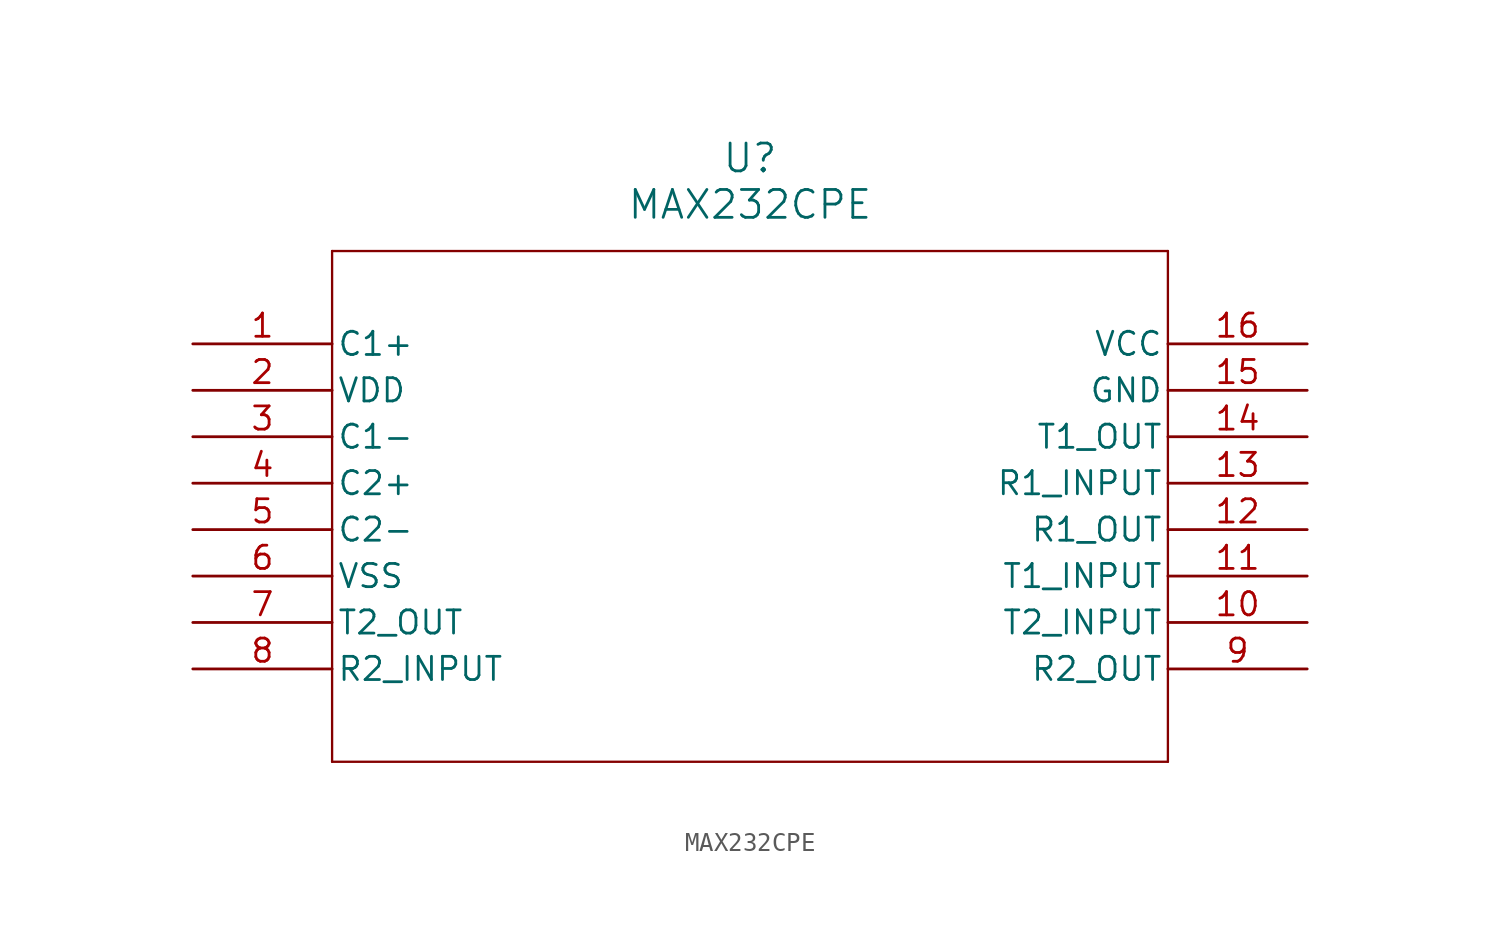
<source format=kicad_sym>
(kicad_symbol_lib
  (version 20211014)
  (generator kicad_symbol_editor)
  (symbol "MAX232CPE"
    (pin_names
      (offset 0.254))
    (property "Reference" "U"
      (at 30.48 10.16 0)
      (effects (font (size 1.524 1.524))))
    (property "Value" "MAX232CPE"
      (at 30.48 7.62 0)
      (effects (font (size 1.524 1.524))))
    (symbol "MAX232CPE_0_1"
      (polyline (pts (xy 7.62 5.08) (xy 7.62 -22.86)) (stroke (width 0.127) (type default) (color 0 0 0 0)) (fill (type none)))
      (polyline (pts (xy 7.62 -22.86) (xy 53.34 -22.86)) (stroke (width 0.127) (type default) (color 0 0 0 0)) (fill (type none)))
      (polyline (pts (xy 53.34 -22.86) (xy 53.34 5.08)) (stroke (width 0.127) (type default) (color 0 0 0 0)) (fill (type none)))
      (polyline (pts (xy 53.34 5.08) (xy 7.62 5.08)) (stroke (width 0.127) (type default) (color 0 0 0 0)) (fill (type none)))
      (pin unspecified line (at 0 0 0) (length 7.62) (name "C1+" (effects (font (size 1.27 1.27)))) (number "1" (effects (font (size 1.27 1.27)))))
      (pin unspecified line (at 0 -2.54 0) (length 7.62) (name "VDD" (effects (font (size 1.27 1.27)))) (number "2" (effects (font (size 1.27 1.27)))))
      (pin unspecified line (at 0 -5.08 0) (length 7.62) (name "C1-" (effects (font (size 1.27 1.27)))) (number "3" (effects (font (size 1.27 1.27)))))
      (pin unspecified line (at 0 -7.62 0) (length 7.62) (name "C2+" (effects (font (size 1.27 1.27)))) (number "4" (effects (font (size 1.27 1.27)))))
      (pin unspecified line (at 0 -10.16 0) (length 7.62) (name "C2-" (effects (font (size 1.27 1.27)))) (number "5" (effects (font (size 1.27 1.27)))))
      (pin unspecified line (at 0 -12.7 0) (length 7.62) (name "VSS" (effects (font (size 1.27 1.27)))) (number "6" (effects (font (size 1.27 1.27)))))
      (pin unspecified line (at 0 -15.24 0) (length 7.62) (name "T2 OUT" (effects (font (size 1.27 1.27)))) (number "7" (effects (font (size 1.27 1.27)))))
      (pin unspecified line (at 0 -17.78 0) (length 7.62) (name "R2 INPUT" (effects (font (size 1.27 1.27)))) (number "8" (effects (font (size 1.27 1.27)))))
      (pin unspecified line (at 60.96 -17.78 180) (length 7.62) (name "R2 OUT" (effects (font (size 1.27 1.27)))) (number "9" (effects (font (size 1.27 1.27)))))
      (pin unspecified line (at 60.96 -15.24 180) (length 7.62) (name "T2 INPUT" (effects (font (size 1.27 1.27)))) (number "10" (effects (font (size 1.27 1.27)))))
      (pin unspecified line (at 60.96 -12.7 180) (length 7.62) (name "T1 INPUT" (effects (font (size 1.27 1.27)))) (number "11" (effects (font (size 1.27 1.27)))))
      (pin unspecified line (at 60.96 -10.16 180) (length 7.62) (name "R1 OUT" (effects (font (size 1.27 1.27)))) (number "12" (effects (font (size 1.27 1.27)))))
      (pin unspecified line (at 60.96 -7.62 180) (length 7.62) (name "R1 INPUT" (effects (font (size 1.27 1.27)))) (number "13" (effects (font (size 1.27 1.27)))))
      (pin unspecified line (at 60.96 -5.08 180) (length 7.62) (name "T1 OUT" (effects (font (size 1.27 1.27)))) (number "14" (effects (font (size 1.27 1.27)))))
      (pin unspecified line (at 60.96 -2.54 180) (length 7.62) (name "GND" (effects (font (size 1.27 1.27)))) (number "15" (effects (font (size 1.27 1.27)))))
      (pin unspecified line (at 60.96 0 180) (length 7.62) (name "VCC" (effects (font (size 1.27 1.27)))) (number "16" (effects (font (size 1.27 1.27))))))))
</source>
